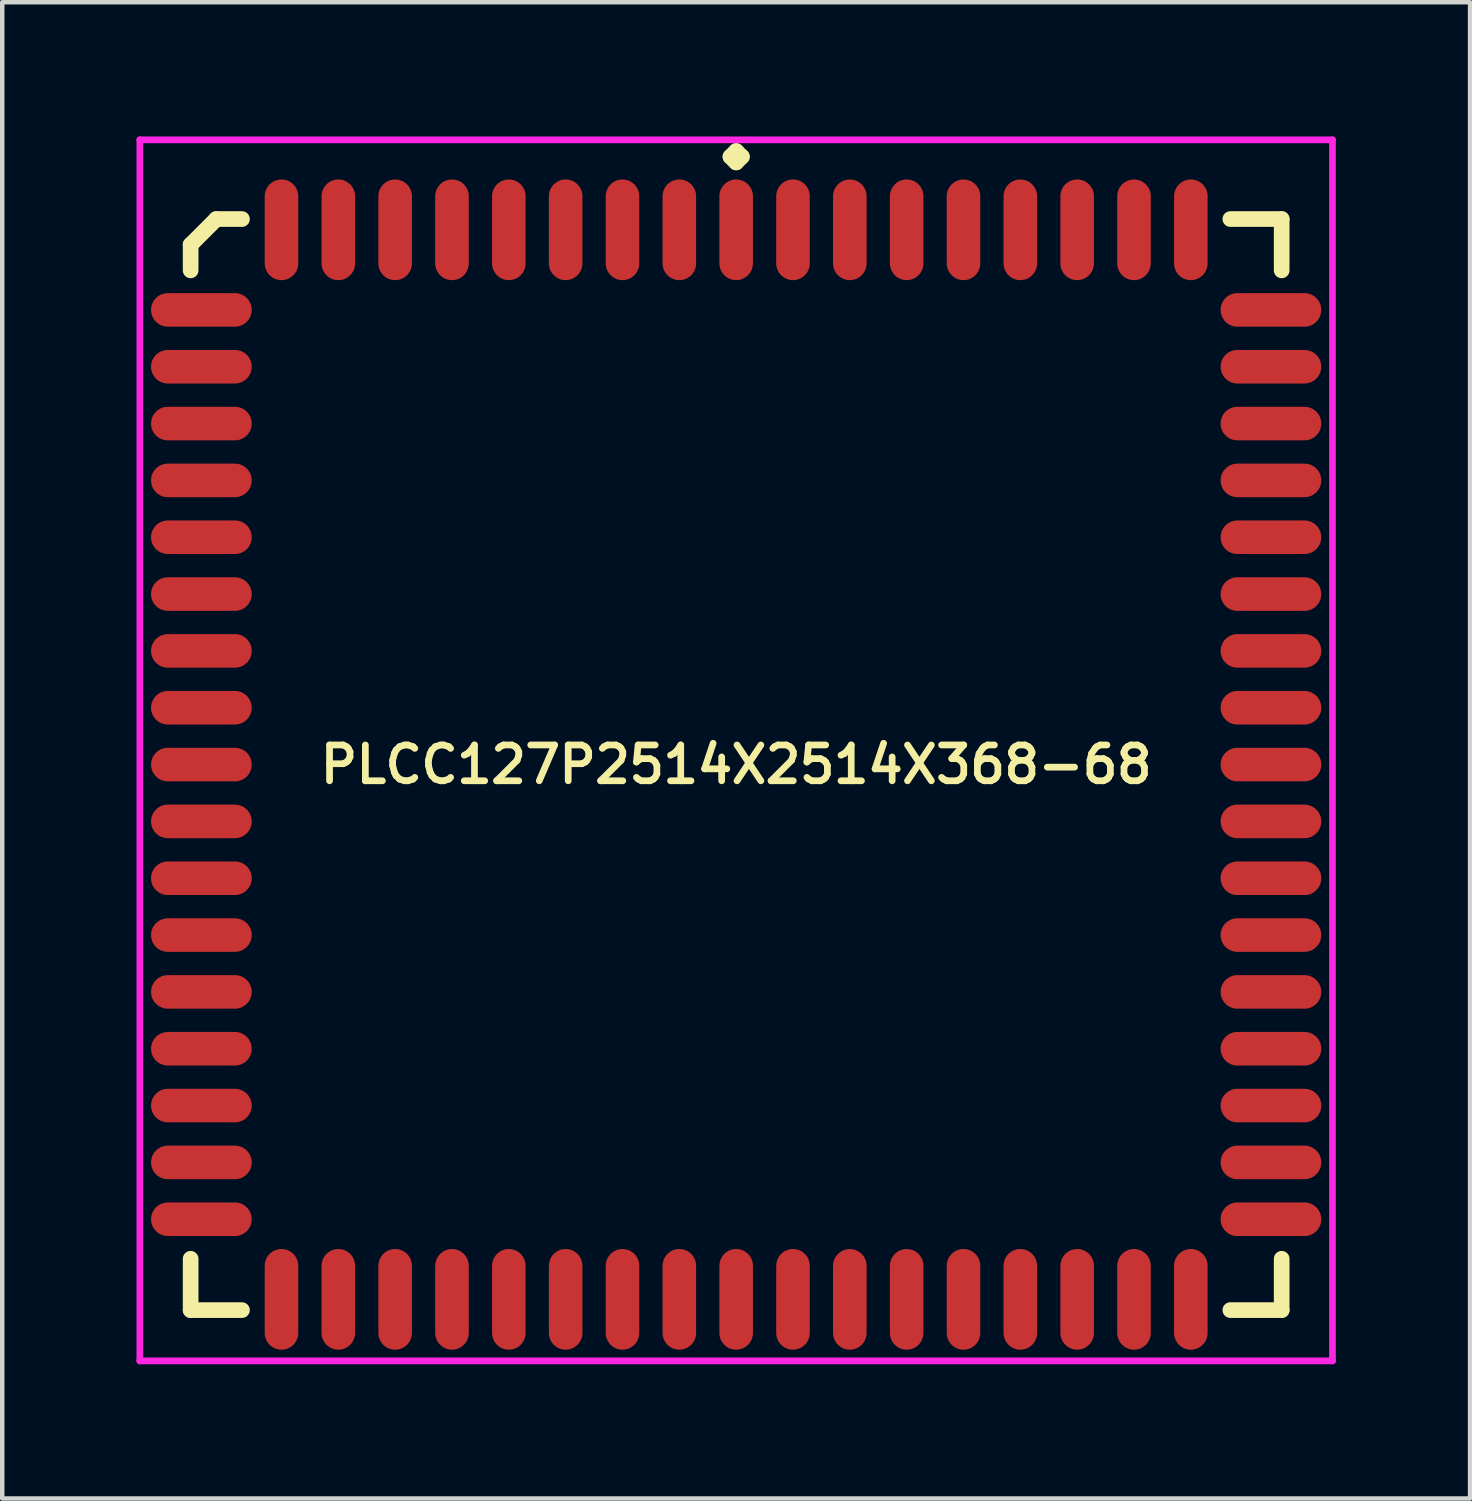
<source format=kicad_pcb>
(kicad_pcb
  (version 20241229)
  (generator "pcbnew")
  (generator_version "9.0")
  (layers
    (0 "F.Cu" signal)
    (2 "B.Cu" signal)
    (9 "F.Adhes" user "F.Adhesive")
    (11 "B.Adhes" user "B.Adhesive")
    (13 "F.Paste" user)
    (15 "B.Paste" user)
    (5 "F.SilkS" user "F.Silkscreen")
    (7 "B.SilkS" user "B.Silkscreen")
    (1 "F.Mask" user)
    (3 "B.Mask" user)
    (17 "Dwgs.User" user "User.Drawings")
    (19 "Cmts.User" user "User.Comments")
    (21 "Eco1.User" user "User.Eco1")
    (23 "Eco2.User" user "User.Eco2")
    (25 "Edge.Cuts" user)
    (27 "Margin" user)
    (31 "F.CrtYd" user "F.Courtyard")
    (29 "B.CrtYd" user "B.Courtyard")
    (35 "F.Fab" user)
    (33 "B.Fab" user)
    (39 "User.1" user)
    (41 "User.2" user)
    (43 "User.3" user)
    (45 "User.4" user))
  (footprint "PLCC127P2514X2514X368-68"
    (layer "F.Cu")
    (at 13.4 14.035)
    (property "Reference" "PLCC127P2514X2514X368-68" (at 0 0 0) (layer "F.SilkS") (effects (font (size 0.8 0.8) (thickness 0.15))))
    (attr smd)
    (fp_line (start -12.19 -11.617) (end -11.617 -12.19) (stroke (width 0.35) (type solid)) (layer "F.SilkS"))
    (fp_line (start -12.19 -11.043) (end -12.19 -11.617) (stroke (width 0.35) (type solid)) (layer "F.SilkS"))
    (fp_line (start -12.19 11.043) (end -12.19 12.19) (stroke (width 0.35) (type solid)) (layer "F.SilkS"))
    (fp_line (start -12.19 12.19) (end -11.043 12.19) (stroke (width 0.35) (type solid)) (layer "F.SilkS"))
    (fp_line (start -11.617 -12.19) (end -11.043 -12.19) (stroke (width 0.35) (type solid)) (layer "F.SilkS"))
    (fp_line (start -0.127 -13.583) (end 0 -13.71) (stroke (width 0.35) (type solid)) (layer "F.SilkS"))
    (fp_line (start 0 -13.71) (end 0.127 -13.583) (stroke (width 0.35) (type solid)) (layer "F.SilkS"))
    (fp_line (start 0 -13.456) (end -0.127 -13.583) (stroke (width 0.35) (type solid)) (layer "F.SilkS"))
    (fp_line (start 0.127 -13.583) (end 0 -13.456) (stroke (width 0.35) (type solid)) (layer "F.SilkS"))
    (fp_line (start 12.19 -12.19) (end 11.043 -12.19) (stroke (width 0.35) (type solid)) (layer "F.SilkS"))
    (fp_line (start 12.19 -11.043) (end 12.19 -12.19) (stroke (width 0.35) (type solid)) (layer "F.SilkS"))
    (fp_line (start 12.19 11.043) (end 12.19 12.19) (stroke (width 0.35) (type solid)) (layer "F.SilkS"))
    (fp_line (start 12.19 12.19) (end 11.043 12.19) (stroke (width 0.35) (type solid)) (layer "F.SilkS"))
    (fp_line (start -13.325 -13.96) (end 13.325 -13.96) (stroke (width 0.15) (type solid)) (layer "F.CrtYd"))
    (fp_line (start -13.325 13.325) (end -13.325 -13.96) (stroke (width 0.15) (type solid)) (layer "F.CrtYd"))
    (fp_line (start 13.325 -13.96) (end 13.325 13.325) (stroke (width 0.15) (type solid)) (layer "F.CrtYd"))
    (fp_line (start 13.325 13.325) (end -13.325 13.325) (stroke (width 0.15) (type solid)) (layer "F.CrtYd"))
    (pad "1" smd oval (at 0 -11.95) (size 0.75 2.25) (layers "F.Cu" "F.Mask" "F.Paste"))
    (pad "2" smd oval (at -1.27 -11.95) (size 0.75 2.25) (layers "F.Cu" "F.Mask" "F.Paste"))
    (pad "3" smd oval (at -2.54 -11.95) (size 0.75 2.25) (layers "F.Cu" "F.Mask" "F.Paste"))
    (pad "4" smd oval (at -3.81 -11.95) (size 0.75 2.25) (layers "F.Cu" "F.Mask" "F.Paste"))
    (pad "5" smd oval (at -5.08 -11.95) (size 0.75 2.25) (layers "F.Cu" "F.Mask" "F.Paste"))
    (pad "6" smd oval (at -6.35 -11.95) (size 0.75 2.25) (layers "F.Cu" "F.Mask" "F.Paste"))
    (pad "7" smd oval (at -7.62 -11.95) (size 0.75 2.25) (layers "F.Cu" "F.Mask" "F.Paste"))
    (pad "8" smd oval (at -8.89 -11.95) (size 0.75 2.25) (layers "F.Cu" "F.Mask" "F.Paste"))
    (pad "9" smd oval (at -10.16 -11.95) (size 0.75 2.25) (layers "F.Cu" "F.Mask" "F.Paste"))
    (pad "10" smd oval (at -11.95 -10.16) (size 2.25 0.75) (layers "F.Cu" "F.Mask" "F.Paste"))
    (pad "11" smd oval (at -11.95 -8.89) (size 2.25 0.75) (layers "F.Cu" "F.Mask" "F.Paste"))
    (pad "12" smd oval (at -11.95 -7.62) (size 2.25 0.75) (layers "F.Cu" "F.Mask" "F.Paste"))
    (pad "13" smd oval (at -11.95 -6.35) (size 2.25 0.75) (layers "F.Cu" "F.Mask" "F.Paste"))
    (pad "14" smd oval (at -11.95 -5.08) (size 2.25 0.75) (layers "F.Cu" "F.Mask" "F.Paste"))
    (pad "15" smd oval (at -11.95 -3.81) (size 2.25 0.75) (layers "F.Cu" "F.Mask" "F.Paste"))
    (pad "16" smd oval (at -11.95 -2.54) (size 2.25 0.75) (layers "F.Cu" "F.Mask" "F.Paste"))
    (pad "17" smd oval (at -11.95 -1.27) (size 2.25 0.75) (layers "F.Cu" "F.Mask" "F.Paste"))
    (pad "18" smd oval (at -11.95 0) (size 2.25 0.75) (layers "F.Cu" "F.Mask" "F.Paste"))
    (pad "19" smd oval (at -11.95 1.27) (size 2.25 0.75) (layers "F.Cu" "F.Mask" "F.Paste"))
    (pad "20" smd oval (at -11.95 2.54) (size 2.25 0.75) (layers "F.Cu" "F.Mask" "F.Paste"))
    (pad "21" smd oval (at -11.95 3.81) (size 2.25 0.75) (layers "F.Cu" "F.Mask" "F.Paste"))
    (pad "22" smd oval (at -11.95 5.08) (size 2.25 0.75) (layers "F.Cu" "F.Mask" "F.Paste"))
    (pad "23" smd oval (at -11.95 6.35) (size 2.25 0.75) (layers "F.Cu" "F.Mask" "F.Paste"))
    (pad "24" smd oval (at -11.95 7.62) (size 2.25 0.75) (layers "F.Cu" "F.Mask" "F.Paste"))
    (pad "25" smd oval (at -11.95 8.89) (size 2.25 0.75) (layers "F.Cu" "F.Mask" "F.Paste"))
    (pad "26" smd oval (at -11.95 10.16) (size 2.25 0.75) (layers "F.Cu" "F.Mask" "F.Paste"))
    (pad "27" smd oval (at -10.16 11.95) (size 0.75 2.25) (layers "F.Cu" "F.Mask" "F.Paste"))
    (pad "28" smd oval (at -8.89 11.95) (size 0.75 2.25) (layers "F.Cu" "F.Mask" "F.Paste"))
    (pad "29" smd oval (at -7.62 11.95) (size 0.75 2.25) (layers "F.Cu" "F.Mask" "F.Paste"))
    (pad "30" smd oval (at -6.35 11.95) (size 0.75 2.25) (layers "F.Cu" "F.Mask" "F.Paste"))
    (pad "31" smd oval (at -5.08 11.95) (size 0.75 2.25) (layers "F.Cu" "F.Mask" "F.Paste"))
    (pad "32" smd oval (at -3.81 11.95) (size 0.75 2.25) (layers "F.Cu" "F.Mask" "F.Paste"))
    (pad "33" smd oval (at -2.54 11.95) (size 0.75 2.25) (layers "F.Cu" "F.Mask" "F.Paste"))
    (pad "34" smd oval (at -1.27 11.95) (size 0.75 2.25) (layers "F.Cu" "F.Mask" "F.Paste"))
    (pad "35" smd oval (at 0 11.95) (size 0.75 2.25) (layers "F.Cu" "F.Mask" "F.Paste"))
    (pad "36" smd oval (at 1.27 11.95) (size 0.75 2.25) (layers "F.Cu" "F.Mask" "F.Paste"))
    (pad "37" smd oval (at 2.54 11.95) (size 0.75 2.25) (layers "F.Cu" "F.Mask" "F.Paste"))
    (pad "38" smd oval (at 3.81 11.95) (size 0.75 2.25) (layers "F.Cu" "F.Mask" "F.Paste"))
    (pad "39" smd oval (at 5.08 11.95) (size 0.75 2.25) (layers "F.Cu" "F.Mask" "F.Paste"))
    (pad "40" smd oval (at 6.35 11.95) (size 0.75 2.25) (layers "F.Cu" "F.Mask" "F.Paste"))
    (pad "41" smd oval (at 7.62 11.95) (size 0.75 2.25) (layers "F.Cu" "F.Mask" "F.Paste"))
    (pad "42" smd oval (at 8.89 11.95) (size 0.75 2.25) (layers "F.Cu" "F.Mask" "F.Paste"))
    (pad "43" smd oval (at 10.16 11.95) (size 0.75 2.25) (layers "F.Cu" "F.Mask" "F.Paste"))
    (pad "44" smd oval (at 11.95 10.16) (size 2.25 0.75) (layers "F.Cu" "F.Mask" "F.Paste"))
    (pad "45" smd oval (at 11.95 8.89) (size 2.25 0.75) (layers "F.Cu" "F.Mask" "F.Paste"))
    (pad "46" smd oval (at 11.95 7.62) (size 2.25 0.75) (layers "F.Cu" "F.Mask" "F.Paste"))
    (pad "47" smd oval (at 11.95 6.35) (size 2.25 0.75) (layers "F.Cu" "F.Mask" "F.Paste"))
    (pad "48" smd oval (at 11.95 5.08) (size 2.25 0.75) (layers "F.Cu" "F.Mask" "F.Paste"))
    (pad "49" smd oval (at 11.95 3.81) (size 2.25 0.75) (layers "F.Cu" "F.Mask" "F.Paste"))
    (pad "50" smd oval (at 11.95 2.54) (size 2.25 0.75) (layers "F.Cu" "F.Mask" "F.Paste"))
    (pad "51" smd oval (at 11.95 1.27) (size 2.25 0.75) (layers "F.Cu" "F.Mask" "F.Paste"))
    (pad "52" smd oval (at 11.95 0) (size 2.25 0.75) (layers "F.Cu" "F.Mask" "F.Paste"))
    (pad "53" smd oval (at 11.95 -1.27) (size 2.25 0.75) (layers "F.Cu" "F.Mask" "F.Paste"))
    (pad "54" smd oval (at 11.95 -2.54) (size 2.25 0.75) (layers "F.Cu" "F.Mask" "F.Paste"))
    (pad "55" smd oval (at 11.95 -3.81) (size 2.25 0.75) (layers "F.Cu" "F.Mask" "F.Paste"))
    (pad "56" smd oval (at 11.95 -5.08) (size 2.25 0.75) (layers "F.Cu" "F.Mask" "F.Paste"))
    (pad "57" smd oval (at 11.95 -6.35) (size 2.25 0.75) (layers "F.Cu" "F.Mask" "F.Paste"))
    (pad "58" smd oval (at 11.95 -7.62) (size 2.25 0.75) (layers "F.Cu" "F.Mask" "F.Paste"))
    (pad "59" smd oval (at 11.95 -8.89) (size 2.25 0.75) (layers "F.Cu" "F.Mask" "F.Paste"))
    (pad "60" smd oval (at 11.95 -10.16) (size 2.25 0.75) (layers "F.Cu" "F.Mask" "F.Paste"))
    (pad "61" smd oval (at 10.16 -11.95) (size 0.75 2.25) (layers "F.Cu" "F.Mask" "F.Paste"))
    (pad "62" smd oval (at 8.89 -11.95) (size 0.75 2.25) (layers "F.Cu" "F.Mask" "F.Paste"))
    (pad "63" smd oval (at 7.62 -11.95) (size 0.75 2.25) (layers "F.Cu" "F.Mask" "F.Paste"))
    (pad "64" smd oval (at 6.35 -11.95) (size 0.75 2.25) (layers "F.Cu" "F.Mask" "F.Paste"))
    (pad "65" smd oval (at 5.08 -11.95) (size 0.75 2.25) (layers "F.Cu" "F.Mask" "F.Paste"))
    (pad "66" smd oval (at 3.81 -11.95) (size 0.75 2.25) (layers "F.Cu" "F.Mask" "F.Paste"))
    (pad "67" smd oval (at 2.54 -11.95) (size 0.75 2.25) (layers "F.Cu" "F.Mask" "F.Paste"))
    (pad "68" smd oval (at 1.27 -11.95) (size 0.75 2.25) (layers "F.Cu" "F.Mask" "F.Paste")))
  (gr_rect
    (start -3 -3)
    (end 29.8 30.435)
    (stroke (width 0.1) (type default))
    (fill no)
    (layer "Edge.Cuts")))
</source>
